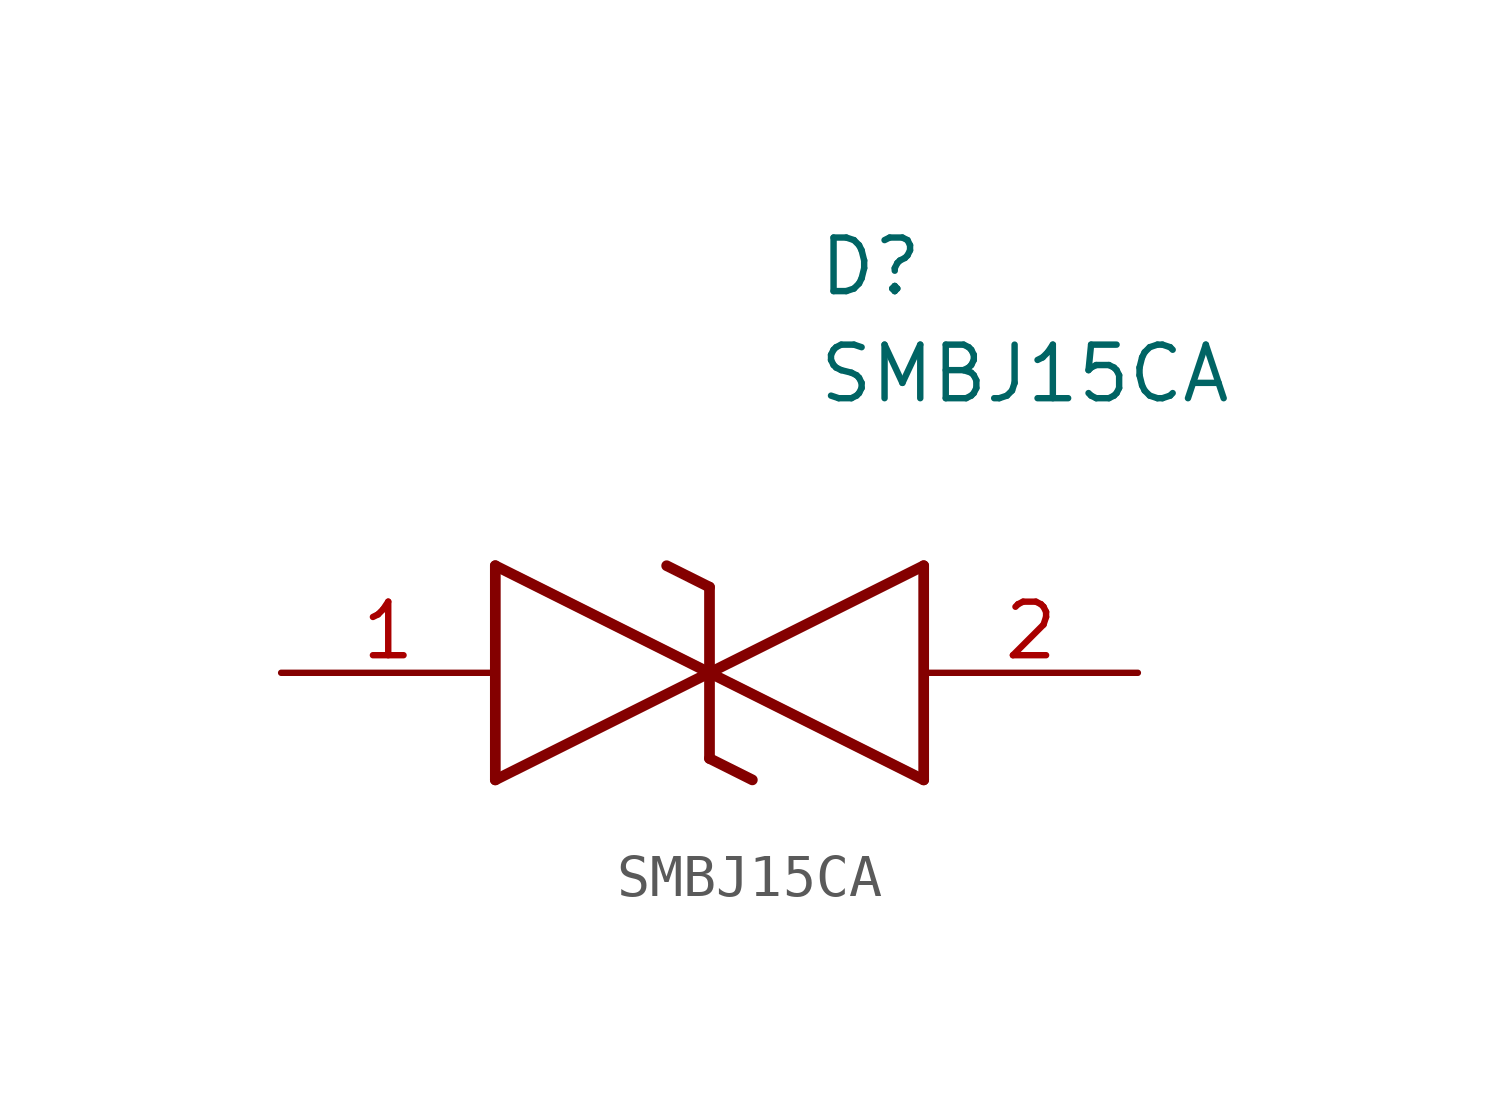
<source format=kicad_sym>
(kicad_symbol_lib
  (version 20211014)
  (generator SamacSys_ECAD_Model)
  (symbol "SMBJ15CA"
    (pin_names hide)
    (property "Reference" "D"
      (at 12.7 8.89 0)
      (effects (font (size 1.27 1.27)) (justify left bottom)))
    (property "Value" "SMBJ15CA"
      (at 12.7 6.35 0)
      (effects (font (size 1.27 1.27)) (justify left bottom)))
    (polyline
      (pts (xy 10.16 0) (xy 5.08 -2.54))
      (stroke (width 0.254) (type default))
      (fill (type none)))
    (polyline
      (pts (xy 5.08 2.54) (xy 5.08 -2.54))
      (stroke (width 0.254) (type default))
      (fill (type none)))
    (polyline
      (pts (xy 5.08 2.54) (xy 10.16 0))
      (stroke (width 0.254) (type default))
      (fill (type none)))
    (polyline
      (pts (xy 10.16 0) (xy 15.24 -2.54))
      (stroke (width 0.254) (type default))
      (fill (type none)))
    (polyline
      (pts (xy 15.24 2.54) (xy 15.24 -2.54))
      (stroke (width 0.254) (type default))
      (fill (type none)))
    (polyline
      (pts (xy 15.24 2.54) (xy 10.16 0))
      (stroke (width 0.254) (type default))
      (fill (type none)))
    (polyline
      (pts (xy 10.16 -2.032) (xy 10.16 2.032))
      (stroke (width 0.254) (type default))
      (fill (type none)))
    (polyline
      (pts (xy 9.144 2.54) (xy 10.16 2.032))
      (stroke (width 0.254) (type default))
      (fill (type none)))
    (polyline
      (pts (xy 10.16 -2.032) (xy 11.176 -2.54))
      (stroke (width 0.254) (type default))
      (fill (type none)))
    (pin passive line
      (at 0 0 0)
      (length 5.08)
      (name "1" (effects (font (size 1.27 1.27))))
      (number "1" (effects (font (size 1.27 1.27)))))
    (pin passive line
      (at 20.32 0 180)
      (length 5.08)
      (name "2" (effects (font (size 1.27 1.27))))
      (number "2" (effects (font (size 1.27 1.27)))))))
</source>
